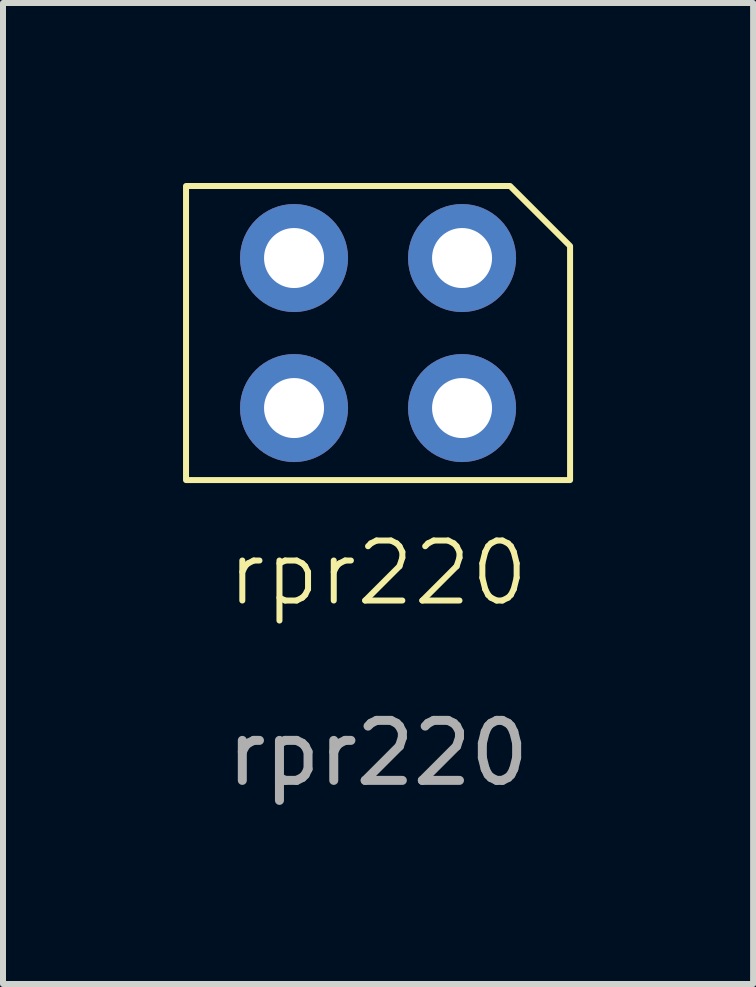
<source format=kicad_pcb>
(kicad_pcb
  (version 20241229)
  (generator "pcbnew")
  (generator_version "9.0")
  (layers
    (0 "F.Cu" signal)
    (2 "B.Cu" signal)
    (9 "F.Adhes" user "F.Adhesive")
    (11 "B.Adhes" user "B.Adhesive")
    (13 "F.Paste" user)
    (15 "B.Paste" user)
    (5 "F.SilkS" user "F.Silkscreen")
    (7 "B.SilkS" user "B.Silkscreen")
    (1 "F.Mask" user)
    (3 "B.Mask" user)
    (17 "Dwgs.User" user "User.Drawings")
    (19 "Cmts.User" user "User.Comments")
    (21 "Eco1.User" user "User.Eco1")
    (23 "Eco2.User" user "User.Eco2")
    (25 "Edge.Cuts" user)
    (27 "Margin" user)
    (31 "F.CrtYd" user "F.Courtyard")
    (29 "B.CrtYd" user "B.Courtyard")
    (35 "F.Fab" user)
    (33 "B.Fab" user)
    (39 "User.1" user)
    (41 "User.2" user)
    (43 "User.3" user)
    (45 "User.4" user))
  (footprint "rpr220"
    (layer "F.Cu")
    (at 3.25 2.5)
    (property "Reference" "rpr220" (at 0 4 0) (unlocked yes) (layer "F.SilkS") (effects (font (size 1 1) (thickness 0.1))))
    (attr smd)
    (fp_poly (pts (xy -3.2 -2.45) (xy -3.2 2.45) (xy 3.2 2.45) (xy 3.2 -1.45) (xy 2.2 -2.45)) (stroke (width 0.1) (type solid)) (fill no) (layer "F.SilkS"))
    (fp_text user "${REFERENCE}" (at 0 7 0) (unlocked yes) (layer "F.Fab") (effects (font (size 1 1) (thickness 0.15))))
    (pad "1" thru_hole circle (at -1.4 1.25) (size 1.8 1.8) (drill 1) (layers "*.Cu" "*.Mask"))
    (pad "2" thru_hole circle (at -1.4 -1.25) (size 1.8 1.8) (drill 1) (layers "*.Cu" "*.Mask"))
    (pad "3" thru_hole circle (at 1.4 -1.25) (size 1.8 1.8) (drill 1) (layers "*.Cu" "*.Mask"))
    (pad "4" thru_hole circle (at 1.4 1.25) (size 1.8 1.8) (drill 1) (layers "*.Cu" "*.Mask")))
  (gr_rect
    (start -3 -3)
    (end 9.5 13.348)
    (stroke (width 0.1) (type default))
    (fill no)
    (layer "Edge.Cuts")))
</source>
